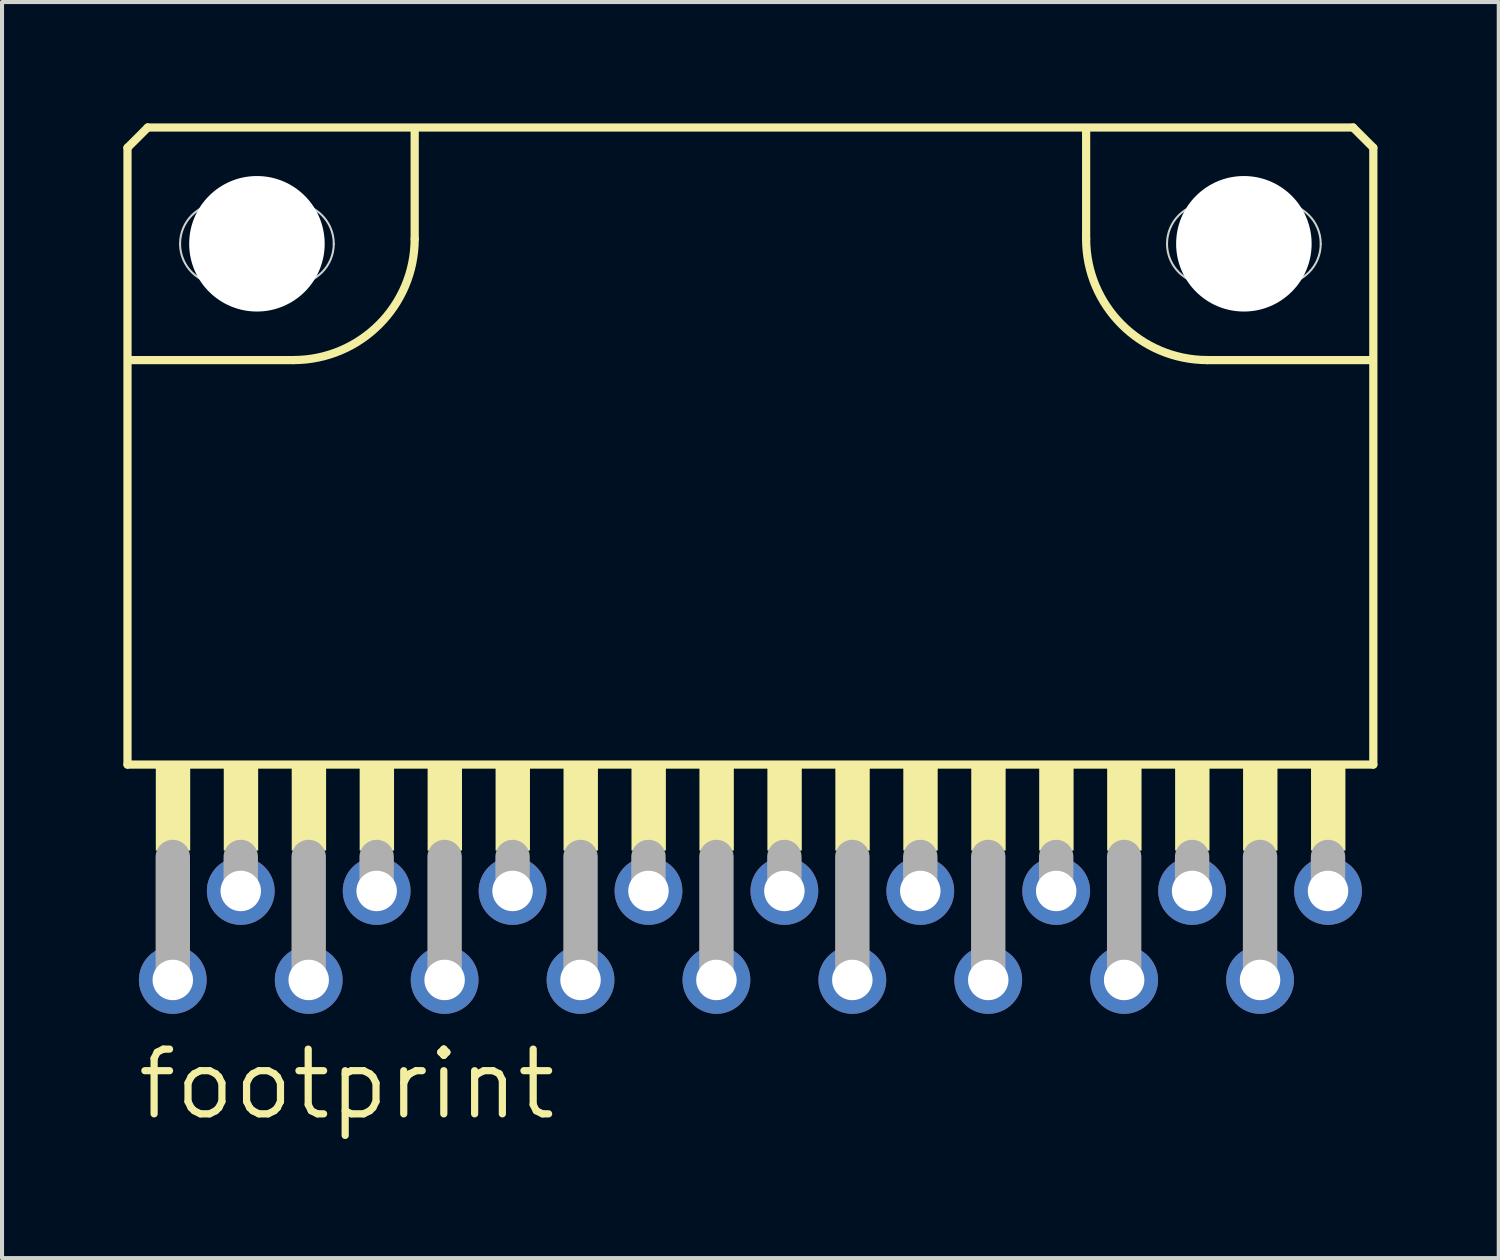
<source format=kicad_pcb>
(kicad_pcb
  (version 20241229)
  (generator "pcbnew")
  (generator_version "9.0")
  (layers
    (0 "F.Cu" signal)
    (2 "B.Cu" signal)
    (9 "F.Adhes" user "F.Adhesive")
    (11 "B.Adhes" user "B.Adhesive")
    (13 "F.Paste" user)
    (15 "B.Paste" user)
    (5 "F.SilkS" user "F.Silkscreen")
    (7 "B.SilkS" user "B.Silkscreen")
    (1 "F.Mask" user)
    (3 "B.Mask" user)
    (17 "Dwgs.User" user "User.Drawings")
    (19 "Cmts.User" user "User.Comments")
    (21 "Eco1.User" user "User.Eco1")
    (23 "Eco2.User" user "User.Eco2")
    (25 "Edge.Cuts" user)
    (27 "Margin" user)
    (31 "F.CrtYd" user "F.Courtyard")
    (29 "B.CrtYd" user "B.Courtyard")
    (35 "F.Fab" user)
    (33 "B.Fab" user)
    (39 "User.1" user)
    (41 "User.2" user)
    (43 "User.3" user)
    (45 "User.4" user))
  (footprint "footprint"
    (layer "F.Cu")
    (at 15.502 18.977)
    (property "Reference" "footprint" (at -15.24 5.715 0) (layer "F.SilkS") (effects (font (size 1.6 1.6) (thickness 0.178)) (justify left bottom)))
    (fp_line (start -15.4 -18.375) (end -15.4 -3.125) (stroke (width 0.203) (type solid)) (layer "F.SilkS"))
    (fp_line (start -15.4 -3.125) (end 15.4 -3.125) (stroke (width 0.203) (type solid)) (layer "F.SilkS"))
    (fp_line (start -14.9 -18.875) (end -15.4 -18.375) (stroke (width 0.203) (type solid)) (layer "F.SilkS"))
    (fp_line (start -11.3 -13.125) (end -15.35 -13.125) (stroke (width 0.203) (type solid)) (layer "F.SilkS"))
    (fp_line (start -8.3 -18.825) (end -8.3 -16.125) (stroke (width 0.203) (type solid)) (layer "F.SilkS"))
    (fp_line (start 8.3 -18.775) (end 8.3 -16.125) (stroke (width 0.203) (type solid)) (layer "F.SilkS"))
    (fp_line (start 11.3 -13.125) (end 15.35 -13.125) (stroke (width 0.203) (type solid)) (layer "F.SilkS"))
    (fp_line (start 14.9 -18.875) (end -14.9 -18.875) (stroke (width 0.203) (type solid)) (layer "F.SilkS"))
    (fp_line (start 15.4 -18.375) (end 14.9 -18.875) (stroke (width 0.203) (type solid)) (layer "F.SilkS"))
    (fp_line (start 15.4 -3.125) (end 15.4 -18.375) (stroke (width 0.203) (type solid)) (layer "F.SilkS"))
    (fp_arc (start -8.3 -16.125) (mid -9.17868 -14.00368) (end -11.3 -13.125) (stroke (width 0.2032) (type solid)) (layer "F.SilkS"))
    (fp_arc (start 11.3 -13.125) (mid 9.17868 -14.00368) (end 8.3 -16.125) (stroke (width 0.2032) (type solid)) (layer "F.SilkS"))
    (fp_poly (pts (xy -14.7 -1) (xy -13.85 -1) (xy -13.85 -3.05) (xy -14.7 -3.05)) (stroke (width 0) (type solid)) (fill yes) (layer "F.SilkS"))
    (fp_poly (pts (xy -13.02 -1) (xy -12.17 -1) (xy -12.17 -3.05) (xy -13.02 -3.05)) (stroke (width 0) (type solid)) (fill yes) (layer "F.SilkS"))
    (fp_poly (pts (xy -11.34 -1) (xy -10.49 -1) (xy -10.49 -3.05) (xy -11.34 -3.05)) (stroke (width 0) (type solid)) (fill yes) (layer "F.SilkS"))
    (fp_poly (pts (xy -9.66 -1) (xy -8.81 -1) (xy -8.81 -3.05) (xy -9.66 -3.05)) (stroke (width 0) (type solid)) (fill yes) (layer "F.SilkS"))
    (fp_poly (pts (xy -7.98 -1) (xy -7.13 -1) (xy -7.13 -3.05) (xy -7.98 -3.05)) (stroke (width 0) (type solid)) (fill yes) (layer "F.SilkS"))
    (fp_poly (pts (xy -6.3 -1) (xy -5.45 -1) (xy -5.45 -3.05) (xy -6.3 -3.05)) (stroke (width 0) (type solid)) (fill yes) (layer "F.SilkS"))
    (fp_poly (pts (xy -4.62 -1) (xy -3.77 -1) (xy -3.77 -3.05) (xy -4.62 -3.05)) (stroke (width 0) (type solid)) (fill yes) (layer "F.SilkS"))
    (fp_poly (pts (xy -2.94 -1) (xy -2.09 -1) (xy -2.09 -3.05) (xy -2.94 -3.05)) (stroke (width 0) (type solid)) (fill yes) (layer "F.SilkS"))
    (fp_poly (pts (xy -1.26 -1) (xy -0.41 -1) (xy -0.41 -3.05) (xy -1.26 -3.05)) (stroke (width 0) (type solid)) (fill yes) (layer "F.SilkS"))
    (fp_poly (pts (xy 0.42 -1) (xy 1.27 -1) (xy 1.27 -3.05) (xy 0.42 -3.05)) (stroke (width 0) (type solid)) (fill yes) (layer "F.SilkS"))
    (fp_poly (pts (xy 2.1 -1) (xy 2.95 -1) (xy 2.95 -3.05) (xy 2.1 -3.05)) (stroke (width 0) (type solid)) (fill yes) (layer "F.SilkS"))
    (fp_poly (pts (xy 3.78 -1) (xy 4.63 -1) (xy 4.63 -3.05) (xy 3.78 -3.05)) (stroke (width 0) (type solid)) (fill yes) (layer "F.SilkS"))
    (fp_poly (pts (xy 5.46 -1) (xy 6.31 -1) (xy 6.31 -3.05) (xy 5.46 -3.05)) (stroke (width 0) (type solid)) (fill yes) (layer "F.SilkS"))
    (fp_poly (pts (xy 7.14 -1) (xy 7.99 -1) (xy 7.99 -3.05) (xy 7.14 -3.05)) (stroke (width 0) (type solid)) (fill yes) (layer "F.SilkS"))
    (fp_poly (pts (xy 8.82 -1) (xy 9.67 -1) (xy 9.67 -3.05) (xy 8.82 -3.05)) (stroke (width 0) (type solid)) (fill yes) (layer "F.SilkS"))
    (fp_poly (pts (xy 10.5 -1) (xy 11.35 -1) (xy 11.35 -3.05) (xy 10.5 -3.05)) (stroke (width 0) (type solid)) (fill yes) (layer "F.SilkS"))
    (fp_poly (pts (xy 12.18 -1) (xy 13.03 -1) (xy 13.03 -3.05) (xy 12.18 -3.05)) (stroke (width 0) (type solid)) (fill yes) (layer "F.SilkS"))
    (fp_poly (pts (xy 13.86 -1) (xy 14.71 -1) (xy 14.71 -3.05) (xy 13.86 -3.05)) (stroke (width 0) (type solid)) (fill yes) (layer "F.SilkS"))
    (fp_line (start -13.1 -15) (end -11.3 -15) (stroke (width 0.05) (type solid)) (layer "Edge.Cuts"))
    (fp_line (start -11.3 -17) (end -13.1 -17) (stroke (width 0.05) (type solid)) (layer "Edge.Cuts"))
    (fp_line (start 11.3 -17) (end 13.1 -17) (stroke (width 0.05) (type solid)) (layer "Edge.Cuts"))
    (fp_line (start 13.1 -15) (end 11.3 -15) (stroke (width 0.05) (type solid)) (layer "Edge.Cuts"))
    (fp_arc (start -14.1 -16) (mid -13.807107 -16.707107) (end -13.1 -17) (stroke (width 0.05) (type solid)) (layer "Edge.Cuts"))
    (fp_arc (start -13.1 -15) (mid -13.807107 -15.292893) (end -14.1 -16) (stroke (width 0.05) (type solid)) (layer "Edge.Cuts"))
    (fp_arc (start -11.3 -17) (mid -10.592893 -16.707107) (end -10.3 -16) (stroke (width 0.05) (type solid)) (layer "Edge.Cuts"))
    (fp_arc (start -10.3 -16) (mid -10.592893 -15.292893) (end -11.3 -15) (stroke (width 0.05) (type solid)) (layer "Edge.Cuts"))
    (fp_arc (start 10.3 -16) (mid 10.592893 -16.707107) (end 11.3 -17) (stroke (width 0.05) (type solid)) (layer "Edge.Cuts"))
    (fp_arc (start 11.3 -15) (mid 10.592893 -15.292893) (end 10.3 -16) (stroke (width 0.05) (type solid)) (layer "Edge.Cuts"))
    (fp_arc (start 13.1 -17) (mid 13.807107 -16.707107) (end 14.1 -16) (stroke (width 0.05) (type solid)) (layer "Edge.Cuts"))
    (fp_arc (start 14.1 -16) (mid 13.807107 -15.292893) (end 13.1 -15) (stroke (width 0.05) (type solid)) (layer "Edge.Cuts"))
    (fp_line (start -14.28 -0.84) (end -14.28 2.17) (stroke (width 0.85) (type solid)) (layer "F.Fab"))
    (fp_line (start -12.6 -0.84) (end -12.6 0) (stroke (width 0.85) (type solid)) (layer "F.Fab"))
    (fp_line (start -10.92 -0.84) (end -10.92 2.17) (stroke (width 0.85) (type solid)) (layer "F.Fab"))
    (fp_line (start -9.24 -0.84) (end -9.24 0) (stroke (width 0.85) (type solid)) (layer "F.Fab"))
    (fp_line (start -7.56 -0.84) (end -7.56 2.17) (stroke (width 0.85) (type solid)) (layer "F.Fab"))
    (fp_line (start -5.88 -0.84) (end -5.88 0) (stroke (width 0.85) (type solid)) (layer "F.Fab"))
    (fp_line (start -4.2 -0.84) (end -4.2 2.17) (stroke (width 0.85) (type solid)) (layer "F.Fab"))
    (fp_line (start -2.52 -0.84) (end -2.52 0) (stroke (width 0.85) (type solid)) (layer "F.Fab"))
    (fp_line (start -0.84 -0.84) (end -0.84 2.17) (stroke (width 0.85) (type solid)) (layer "F.Fab"))
    (fp_line (start 0.84 -0.84) (end 0.84 0) (stroke (width 0.85) (type solid)) (layer "F.Fab"))
    (fp_line (start 2.52 -0.84) (end 2.52 2.17) (stroke (width 0.85) (type solid)) (layer "F.Fab"))
    (fp_line (start 4.2 -0.84) (end 4.2 0) (stroke (width 0.85) (type solid)) (layer "F.Fab"))
    (fp_line (start 5.88 -0.84) (end 5.88 2.17) (stroke (width 0.85) (type solid)) (layer "F.Fab"))
    (fp_line (start 7.56 -0.84) (end 7.56 0) (stroke (width 0.85) (type solid)) (layer "F.Fab"))
    (fp_line (start 9.24 -0.84) (end 9.24 2.17) (stroke (width 0.85) (type solid)) (layer "F.Fab"))
    (fp_line (start 10.92 -0.84) (end 10.92 0) (stroke (width 0.85) (type solid)) (layer "F.Fab"))
    (fp_line (start 12.6 -0.84) (end 12.6 2.17) (stroke (width 0.85) (type solid)) (layer "F.Fab"))
    (fp_line (start 14.28 -0.84) (end 14.28 0) (stroke (width 0.85) (type solid)) (layer "F.Fab"))
    (pad "" np_thru_hole circle (at -12.2 -16) (size 3.35 3.35) (drill 3.35) (layers "*.Cu" "*.Mask"))
    (pad "" np_thru_hole circle (at 12.2 -16) (size 3.35 3.35) (drill 3.35) (layers "*.Cu" "*.Mask"))
    (pad "1" thru_hole circle (at -14.28 2.2 90) (size 1.676 1.676) (drill 1) (layers "*.Cu" "*.Mask"))
    (pad "2" thru_hole circle (at -12.6 0 90) (size 1.676 1.676) (drill 1) (layers "*.Cu" "*.Mask"))
    (pad "3" thru_hole circle (at -10.92 2.2 90) (size 1.676 1.676) (drill 1) (layers "*.Cu" "*.Mask"))
    (pad "4" thru_hole circle (at -9.24 0 90) (size 1.676 1.676) (drill 1) (layers "*.Cu" "*.Mask"))
    (pad "5" thru_hole circle (at -7.56 2.2 90) (size 1.676 1.676) (drill 1) (layers "*.Cu" "*.Mask"))
    (pad "6" thru_hole circle (at -5.88 0 90) (size 1.676 1.676) (drill 1) (layers "*.Cu" "*.Mask"))
    (pad "7" thru_hole circle (at -4.2 2.2 90) (size 1.676 1.676) (drill 1) (layers "*.Cu" "*.Mask"))
    (pad "8" thru_hole circle (at -2.52 0 90) (size 1.676 1.676) (drill 1) (layers "*.Cu" "*.Mask"))
    (pad "9" thru_hole circle (at -0.84 2.2 90) (size 1.676 1.676) (drill 1) (layers "*.Cu" "*.Mask"))
    (pad "10" thru_hole circle (at 0.84 0 90) (size 1.676 1.676) (drill 1) (layers "*.Cu" "*.Mask"))
    (pad "11" thru_hole circle (at 2.52 2.2 90) (size 1.676 1.676) (drill 1) (layers "*.Cu" "*.Mask"))
    (pad "12" thru_hole circle (at 4.2 0 90) (size 1.676 1.676) (drill 1) (layers "*.Cu" "*.Mask"))
    (pad "13" thru_hole circle (at 5.88 2.2 90) (size 1.676 1.676) (drill 1) (layers "*.Cu" "*.Mask"))
    (pad "14" thru_hole circle (at 7.56 0 90) (size 1.676 1.676) (drill 1) (layers "*.Cu" "*.Mask"))
    (pad "15" thru_hole circle (at 9.24 2.2 90) (size 1.676 1.676) (drill 1) (layers "*.Cu" "*.Mask"))
    (pad "16" thru_hole circle (at 10.92 0 90) (size 1.676 1.676) (drill 1) (layers "*.Cu" "*.Mask"))
    (pad "17" thru_hole circle (at 12.6 2.2 90) (size 1.676 1.676) (drill 1) (layers "*.Cu" "*.Mask"))
    (pad "18" thru_hole circle (at 14.28 0 90) (size 1.676 1.676) (drill 1) (layers "*.Cu" "*.Mask")))
  (gr_rect
    (start -3 -3)
    (end 34.003 28.054)
    (stroke (width 0.1) (type default))
    (fill no)
    (layer "Edge.Cuts")))
</source>
